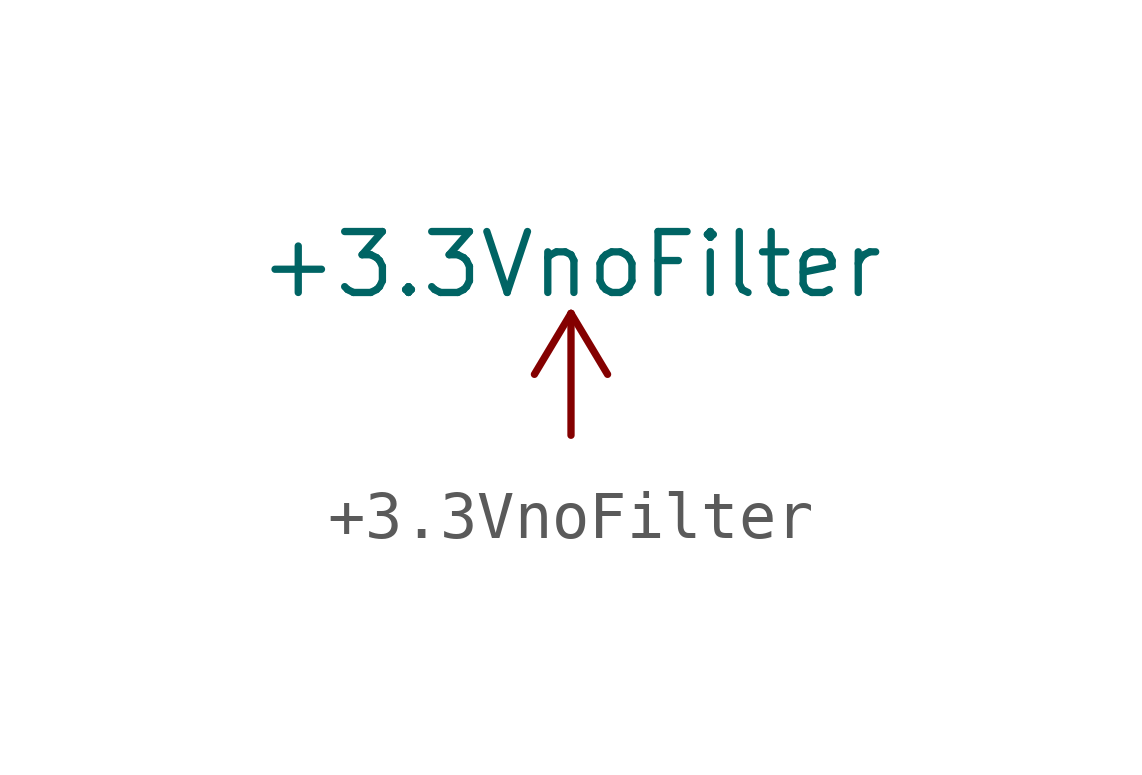
<source format=kicad_sym>
(kicad_symbol_lib
  (version 20220914)
  (generator kicad_symbol_editor)
  (symbol "+3.3VnoFilter"
    (power)
    (pin_names
      (offset 0))
    (property "Reference" "#PWR"
      (at 0 -3.81 0)
      (effects (font (size 1.27 1.27)) hide))
    (property "Value" "+3.3VnoFilter"
      (at 0 3.556 0)
      (effects (font (size 1.27 1.27))))
    (symbol "+3.3VnoFilter_0_1"
      (polyline (pts (xy -0.762 1.27) (xy 0 2.54)) (stroke (width 0) (type default)) (fill (type none)))
      (polyline (pts (xy 0 0) (xy 0 2.54)) (stroke (width 0) (type default)) (fill (type none)))
      (polyline (pts (xy 0 2.54) (xy 0.762 1.27)) (stroke (width 0) (type default)) (fill (type none))))
    (symbol "+3.3VnoFilter_1_1"
      (pin power_in line (at 0 0 90) (length 0) hide (name "+3.3V" (effects (font (size 1.27 1.27)))) (number "1" (effects (font (size 1.27 1.27))))))))
</source>
